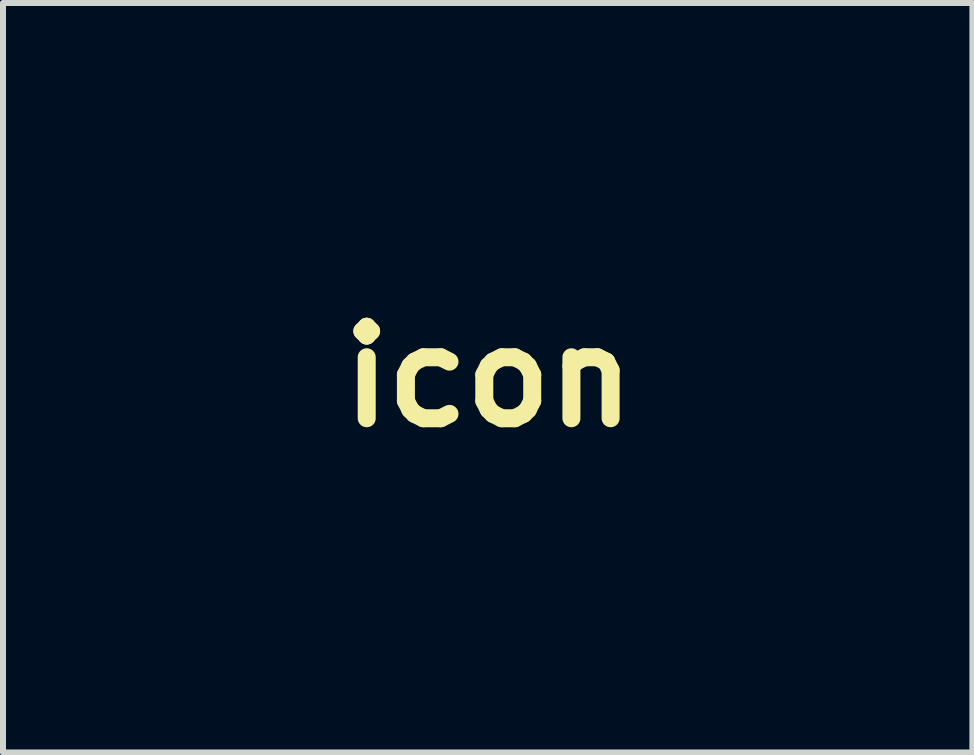
<source format=kicad_pcb>
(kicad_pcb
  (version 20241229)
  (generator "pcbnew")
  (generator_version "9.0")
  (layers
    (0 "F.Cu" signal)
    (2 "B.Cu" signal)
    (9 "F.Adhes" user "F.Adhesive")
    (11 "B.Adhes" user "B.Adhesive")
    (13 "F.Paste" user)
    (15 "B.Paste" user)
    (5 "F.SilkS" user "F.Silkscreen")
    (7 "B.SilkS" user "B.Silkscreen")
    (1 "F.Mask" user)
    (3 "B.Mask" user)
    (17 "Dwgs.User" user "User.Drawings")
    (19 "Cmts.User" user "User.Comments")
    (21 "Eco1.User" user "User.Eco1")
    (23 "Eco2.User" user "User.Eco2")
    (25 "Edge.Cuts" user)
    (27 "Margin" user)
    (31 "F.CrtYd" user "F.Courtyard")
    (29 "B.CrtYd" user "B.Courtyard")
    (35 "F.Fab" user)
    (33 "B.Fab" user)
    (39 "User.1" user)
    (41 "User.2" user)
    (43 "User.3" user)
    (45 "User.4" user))
  (footprint "icon"
    (layer "F.Cu")
    (at 5.093 3.23)
    (property "Reference" "icon" (at 0 0 0) (layer "F.SilkS") (effects (font (size 1.524 1.524) (thickness 0.3))))
    (attr through_hole)
    (fp_poly (pts (xy 0.821 -3.189) (xy 0.886 -3.092) (xy 0.987 -2.94) (xy 1.121 -2.738) (xy 1.284 -2.493) (xy 1.473 -2.209) (xy 1.684 -1.891) (xy 1.912 -1.546) (xy 2.156 -1.18) (xy 2.41 -0.796) (xy 2.671 -0.402) (xy 2.936 -0.002) (xy 3.201 0.397) (xy 3.462 0.791) (xy 3.715 1.174) (xy 3.957 1.54) (xy 4.185 1.884) (xy 4.394 2.2) (xy 4.581 2.483) (xy 4.742 2.727) (xy 4.874 2.927) (xy 4.973 3.077) (xy 5.035 3.172) (xy 5.056 3.205) (xy 5.046 3.212) (xy 5.006 3.219) (xy 4.931 3.225) (xy 4.819 3.23) (xy 4.665 3.235) (xy 4.467 3.239) (xy 4.222 3.243) (xy 3.924 3.246) (xy 3.572 3.248) (xy 3.162 3.25) (xy 2.69 3.252) (xy 2.153 3.253) (xy 1.547 3.254) (xy 0.87 3.254) (xy 0.117 3.254) (xy -0.002 3.254) (xy -5.088 3.254) (xy -5.011 3.125) (xy -4.98 3.075) (xy -4.91 2.965) (xy -4.806 2.801) (xy -4.672 2.59) (xy -4.514 2.342) (xy -3.865 2.342) (xy -3.865 2.342) (xy -3.83 2.317) (xy -3.743 2.25) (xy -3.615 2.148) (xy -3.456 2.018) (xy -3.274 1.868) (xy -3.262 1.858) (xy -3.063 1.693) (xy -2.871 1.533) (xy -2.699 1.39) (xy -2.561 1.275) (xy -2.48 1.207) (xy -2.282 1.04) (xy -1.806 1.375) (xy -1.33 1.71) (xy -1.012 1.684) (xy -0.86 1.669) (xy -0.74 1.652) (xy -0.673 1.636) (xy -0.667 1.632) (xy -0.679 1.593) (xy -0.726 1.494) (xy -0.805 1.345) (xy -0.909 1.153) (xy -1.034 0.929) (xy -1.176 0.681) (xy -1.203 0.635) (xy -1.395 0.304) (xy -1.448 0.211) (xy -0.791 0.211) (xy -0.787 0.241) (xy -0.779 0.256) (xy -0.732 0.333) (xy -0.662 0.452) (xy -0.597 0.566) (xy -0.527 0.682) (xy -0.47 0.764) (xy -0.437 0.794) (xy -0.406 0.763) (xy -0.336 0.677) (xy -0.236 0.546) (xy -0.114 0.38) (xy 0.023 0.188) (xy 0.031 0.177) (xy 0.467 -0.439) (xy 1.434 0.956) (xy 1.638 1.249) (xy 1.828 1.518) (xy 1.999 1.758) (xy 2.146 1.961) (xy 2.266 2.122) (xy 2.352 2.235) (xy 2.402 2.292) (xy 2.412 2.297) (xy 2.408 2.239) (xy 2.392 2.12) (xy 2.365 1.957) (xy 2.33 1.766) (xy 2.326 1.746) (xy 2.291 1.558) (xy 2.265 1.4) (xy 2.248 1.288) (xy 2.245 1.236) (xy 2.245 1.235) (xy 2.28 1.253) (xy 2.369 1.314) (xy 2.504 1.41) (xy 2.677 1.536) (xy 2.879 1.686) (xy 3.085 1.839) (xy 3.307 2.005) (xy 3.507 2.155) (xy 3.677 2.282) (xy 3.808 2.379) (xy 3.893 2.44) (xy 3.921 2.46) (xy 3.916 2.433) (xy 3.904 2.411) (xy 3.878 2.37) (xy 3.811 2.269) (xy 3.707 2.113) (xy 3.57 1.907) (xy 3.404 1.656) (xy 3.211 1.367) (xy 2.996 1.044) (xy 2.763 0.693) (xy 2.514 0.32) (xy 2.33 0.043) (xy 0.785 -2.275) (xy -0.024 -1.05) (xy -0.234 -0.731) (xy -0.404 -0.472) (xy -0.537 -0.265) (xy -0.638 -0.104) (xy -0.71 0.017) (xy -0.757 0.106) (xy -0.783 0.168) (xy -0.791 0.211) (xy -1.448 0.211) (xy -1.55 0.036) (xy -1.674 -0.176) (xy -1.771 -0.339) (xy -1.843 -0.457) (xy -1.896 -0.537) (xy -1.933 -0.586) (xy -1.958 -0.609) (xy -1.976 -0.613) (xy -1.991 -0.604) (xy -2.006 -0.589) (xy -2.038 -0.543) (xy -2.107 -0.441) (xy -2.206 -0.291) (xy -2.329 -0.1) (xy -2.473 0.123) (xy -2.631 0.37) (xy -2.798 0.633) (xy -2.97 0.902) (xy -3.14 1.172) (xy -3.304 1.432) (xy -3.457 1.674) (xy -3.593 1.892) (xy -3.707 2.075) (xy -3.794 2.217) (xy -3.848 2.308) (xy -3.865 2.342) (xy -4.514 2.342) (xy -4.513 2.339) (xy -4.332 2.055) (xy -4.134 1.744) (xy -3.923 1.413) (xy -3.703 1.068) (xy -3.48 0.717) (xy -3.256 0.366) (xy -3.036 0.021) (xy -2.825 -0.31) (xy -2.626 -0.621) (xy -2.444 -0.905) (xy -2.284 -1.156) (xy -2.149 -1.367) (xy -2.125 -1.405) (xy -1.975 -1.638) (xy -1.579 -1.027) (xy -1.451 -0.831) (xy -1.337 -0.658) (xy -1.244 -0.518) (xy -1.18 -0.423) (xy -1.153 -0.385) (xy -1.126 -0.41) (xy -1.06 -0.496) (xy -0.96 -0.635) (xy -0.831 -0.821) (xy -0.678 -1.048) (xy -0.503 -1.308) (xy -0.313 -1.596) (xy -0.177 -1.804) (xy 0.022 -2.106) (xy 0.207 -2.386) (xy 0.375 -2.637) (xy 0.521 -2.851) (xy 0.641 -3.023) (xy 0.729 -3.147) (xy 0.782 -3.214) (xy 0.796 -3.225) (xy 0.821 -3.189)) (stroke (width 0.01) (type solid)) (fill yes) (layer "F.Mask")))
  (gr_rect
    (start -3 -3)
    (end 13.154 9.489)
    (stroke (width 0.1) (type default))
    (fill no)
    (layer "Edge.Cuts")))
</source>
